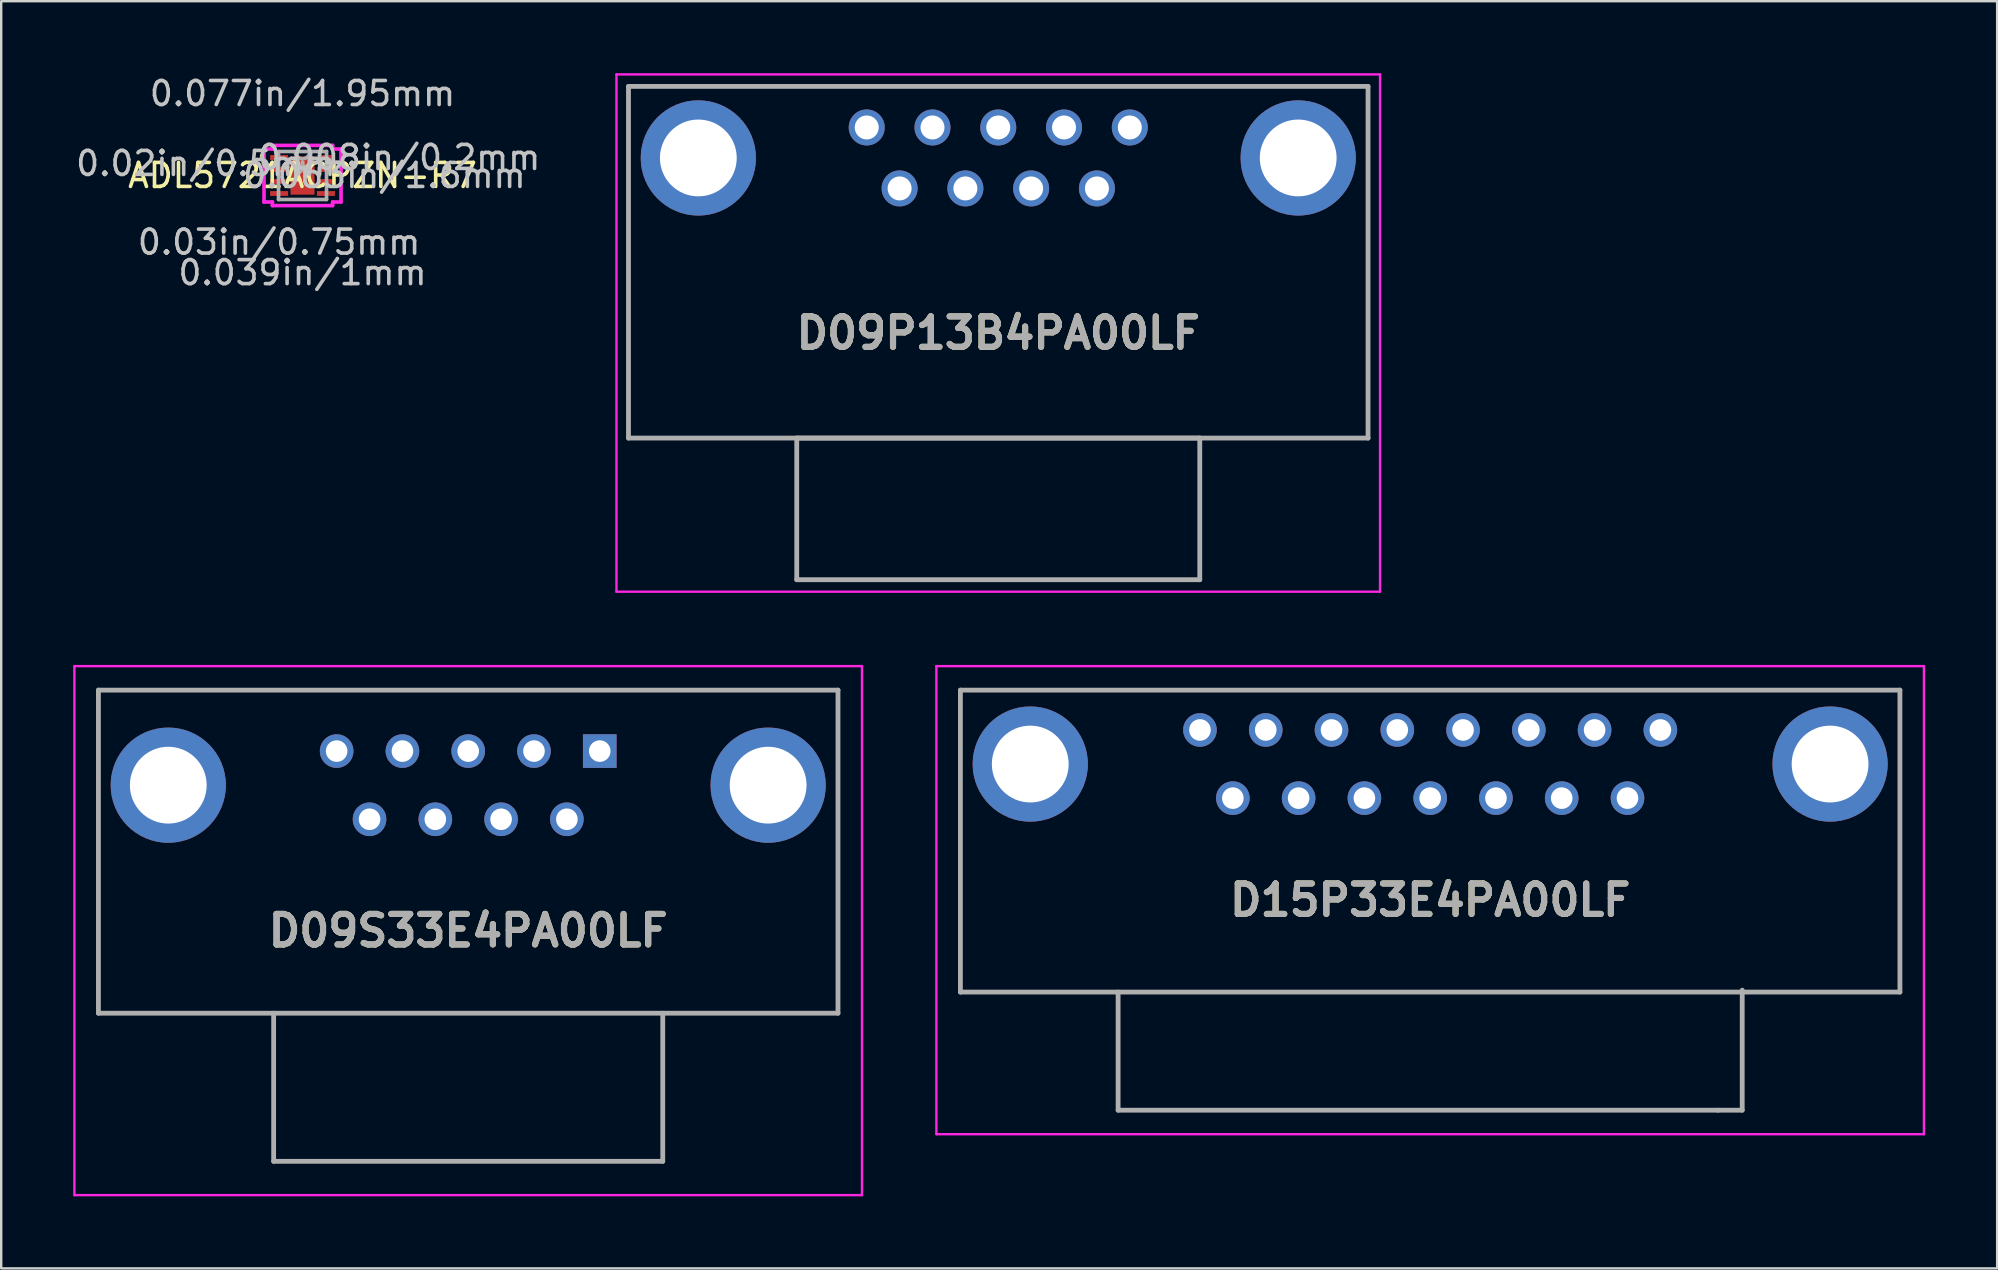
<source format=kicad_pcb>
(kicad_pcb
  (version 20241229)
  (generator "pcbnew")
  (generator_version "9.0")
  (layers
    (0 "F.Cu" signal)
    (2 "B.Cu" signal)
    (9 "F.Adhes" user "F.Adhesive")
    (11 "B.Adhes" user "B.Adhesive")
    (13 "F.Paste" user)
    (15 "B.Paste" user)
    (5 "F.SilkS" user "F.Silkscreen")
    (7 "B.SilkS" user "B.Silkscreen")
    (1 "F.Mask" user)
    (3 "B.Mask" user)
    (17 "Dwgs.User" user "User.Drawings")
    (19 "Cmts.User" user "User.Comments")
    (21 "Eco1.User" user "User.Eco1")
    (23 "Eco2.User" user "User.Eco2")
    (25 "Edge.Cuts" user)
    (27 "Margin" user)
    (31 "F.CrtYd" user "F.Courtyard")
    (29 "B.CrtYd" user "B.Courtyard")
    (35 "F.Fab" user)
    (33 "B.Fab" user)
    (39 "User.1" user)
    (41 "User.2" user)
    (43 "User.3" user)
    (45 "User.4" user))
  (footprint "D09P13B4PA00LF"
    (layer "F.Cu")
    (at 33.057 2.26)
    (property "Reference" "D09P13B4PA00LF" (at 5.48 8.565 0) (layer "F.SilkS") (effects (font (size 1.27 1.27) (thickness 0.254))))
    (attr through_hole)
    (fp_line (start -9.925 -1.71) (end 20.885 -1.71) (stroke (width 0.1) (type solid)) (layer "F.SilkS"))
    (fp_line (start -9.925 12.94) (end -9.925 -1.71) (stroke (width 0.1) (type solid)) (layer "F.SilkS"))
    (fp_line (start 20.885 -1.71) (end 20.885 12.94) (stroke (width 0.1) (type solid)) (layer "F.SilkS"))
    (fp_line (start 20.885 12.94) (end -9.925 12.94) (stroke (width 0.1) (type solid)) (layer "F.SilkS"))
    (fp_line (start -10.425 -2.21) (end 21.385 -2.21) (stroke (width 0.1) (type solid)) (layer "F.CrtYd"))
    (fp_line (start -10.425 19.34) (end -10.425 -2.21) (stroke (width 0.1) (type solid)) (layer "F.CrtYd"))
    (fp_line (start 21.385 -2.21) (end 21.385 19.34) (stroke (width 0.1) (type solid)) (layer "F.CrtYd"))
    (fp_line (start 21.385 19.34) (end -10.425 19.34) (stroke (width 0.1) (type solid)) (layer "F.CrtYd"))
    (fp_line (start -9.925 -1.71) (end 20.885 -1.71) (stroke (width 0.2) (type solid)) (layer "F.Fab"))
    (fp_line (start -9.925 12.94) (end -9.925 -1.71) (stroke (width 0.2) (type solid)) (layer "F.Fab"))
    (fp_line (start -2.915 12.94) (end 13.875 12.94) (stroke (width 0.2) (type solid)) (layer "F.Fab"))
    (fp_line (start -2.915 18.84) (end -2.915 12.94) (stroke (width 0.2) (type solid)) (layer "F.Fab"))
    (fp_line (start 13.875 12.94) (end 13.875 18.84) (stroke (width 0.2) (type solid)) (layer "F.Fab"))
    (fp_line (start 13.875 18.84) (end -2.915 18.84) (stroke (width 0.2) (type solid)) (layer "F.Fab"))
    (fp_line (start 20.885 -1.71) (end 20.885 12.94) (stroke (width 0.2) (type solid)) (layer "F.Fab"))
    (fp_line (start 20.885 12.94) (end -9.925 12.94) (stroke (width 0.2) (type solid)) (layer "F.Fab"))
    (fp_text user "${REFERENCE}" (at 5.48 8.565 0) (layer "F.Fab") (effects (font (size 1.27 1.27) (thickness 0.254))))
    (pad "1" thru_hole circle (at 0 0) (size 1.5 1.5) (drill 1) (layers "*.Cu" "*.Mask"))
    (pad "2" thru_hole circle (at 2.74 0) (size 1.5 1.5) (drill 1) (layers "*.Cu" "*.Mask"))
    (pad "3" thru_hole circle (at 5.48 0) (size 1.5 1.5) (drill 1) (layers "*.Cu" "*.Mask"))
    (pad "4" thru_hole circle (at 8.22 0) (size 1.5 1.5) (drill 1) (layers "*.Cu" "*.Mask"))
    (pad "5" thru_hole circle (at 10.96 0) (size 1.5 1.5) (drill 1) (layers "*.Cu" "*.Mask"))
    (pad "6" thru_hole circle (at 1.37 2.54) (size 1.5 1.5) (drill 1) (layers "*.Cu" "*.Mask"))
    (pad "7" thru_hole circle (at 4.11 2.54) (size 1.5 1.5) (drill 1) (layers "*.Cu" "*.Mask"))
    (pad "8" thru_hole circle (at 6.85 2.54) (size 1.5 1.5) (drill 1) (layers "*.Cu" "*.Mask"))
    (pad "9" thru_hole circle (at 9.59 2.54) (size 1.5 1.5) (drill 1) (layers "*.Cu" "*.Mask"))
    (pad "MH1" thru_hole circle (at -7.015 1.27) (size 4.8 4.8) (drill 3.2) (layers "*.Cu" "*.Mask"))
    (pad "MH2" thru_hole circle (at 17.975 1.27) (size 4.8 4.8) (drill 3.2) (layers "*.Cu" "*.Mask")))
  (footprint "D15P33E4PA00LF"
    (layer "F.Cu")
    (at 46.94 27.36)
    (property "Reference" "D15P33E4PA00LF" (at 9.59 7.09 0) (layer "F.SilkS") (effects (font (size 1.27 1.27) (thickness 0.254))))
    (attr through_hole)
    (fp_line (start -9.98 -1.66) (end 29.16 -1.66) (stroke (width 0.1) (type solid)) (layer "F.SilkS"))
    (fp_line (start -9.98 10.92) (end -9.98 -1.66) (stroke (width 0.1) (type solid)) (layer "F.SilkS"))
    (fp_line (start 29.16 -1.66) (end 29.16 10.92) (stroke (width 0.1) (type solid)) (layer "F.SilkS"))
    (fp_line (start 29.16 10.92) (end -9.98 10.92) (stroke (width 0.1) (type solid)) (layer "F.SilkS"))
    (fp_line (start -10.98 -2.66) (end 30.16 -2.66) (stroke (width 0.1) (type solid)) (layer "F.CrtYd"))
    (fp_line (start -10.98 16.84) (end -10.98 -2.66) (stroke (width 0.1) (type solid)) (layer "F.CrtYd"))
    (fp_line (start 30.16 -2.66) (end 30.16 16.84) (stroke (width 0.1) (type solid)) (layer "F.CrtYd"))
    (fp_line (start 30.16 16.84) (end -10.98 16.84) (stroke (width 0.1) (type solid)) (layer "F.CrtYd"))
    (fp_line (start -9.98 -1.66) (end 29.16 -1.66) (stroke (width 0.2) (type solid)) (layer "F.Fab"))
    (fp_line (start -9.98 10.92) (end -9.98 -1.66) (stroke (width 0.2) (type solid)) (layer "F.Fab"))
    (fp_line (start -3.41 10.92) (end -3.41 15.84) (stroke (width 0.2) (type solid)) (layer "F.Fab"))
    (fp_line (start -3.41 15.84) (end 21.59 15.84) (stroke (width 0.2) (type solid)) (layer "F.Fab"))
    (fp_line (start 21.59 15.84) (end 22.59 15.84) (stroke (width 0.2) (type solid)) (layer "F.Fab"))
    (fp_line (start 22.59 15.84) (end 22.59 10.84) (stroke (width 0.2) (type solid)) (layer "F.Fab"))
    (fp_line (start 29.16 -1.66) (end 29.16 10.92) (stroke (width 0.2) (type solid)) (layer "F.Fab"))
    (fp_line (start 29.16 10.92) (end -9.98 10.92) (stroke (width 0.2) (type solid)) (layer "F.Fab"))
    (fp_text user "${REFERENCE}" (at 9.59 7.09 0) (layer "F.Fab") (effects (font (size 1.27 1.27) (thickness 0.254))))
    (pad "1" thru_hole circle (at 0 0) (size 1.4 1.4) (drill 0.9) (layers "*.Cu" "*.Mask"))
    (pad "2" thru_hole circle (at 1.37 2.84) (size 1.4 1.4) (drill 0.9) (layers "*.Cu" "*.Mask"))
    (pad "3" thru_hole circle (at 2.74 0) (size 1.4 1.4) (drill 0.9) (layers "*.Cu" "*.Mask"))
    (pad "4" thru_hole circle (at 4.11 2.84) (size 1.4 1.4) (drill 0.9) (layers "*.Cu" "*.Mask"))
    (pad "5" thru_hole circle (at 5.48 0) (size 1.4 1.4) (drill 0.9) (layers "*.Cu" "*.Mask"))
    (pad "6" thru_hole circle (at 6.85 2.84) (size 1.4 1.4) (drill 0.9) (layers "*.Cu" "*.Mask"))
    (pad "7" thru_hole circle (at 8.22 0) (size 1.4 1.4) (drill 0.9) (layers "*.Cu" "*.Mask"))
    (pad "8" thru_hole circle (at 9.59 2.84) (size 1.4 1.4) (drill 0.9) (layers "*.Cu" "*.Mask"))
    (pad "9" thru_hole circle (at 10.96 0) (size 1.4 1.4) (drill 0.9) (layers "*.Cu" "*.Mask"))
    (pad "10" thru_hole circle (at 12.33 2.84) (size 1.4 1.4) (drill 0.9) (layers "*.Cu" "*.Mask"))
    (pad "11" thru_hole circle (at 13.7 0) (size 1.4 1.4) (drill 0.9) (layers "*.Cu" "*.Mask"))
    (pad "12" thru_hole circle (at 15.07 2.84) (size 1.4 1.4) (drill 0.9) (layers "*.Cu" "*.Mask"))
    (pad "13" thru_hole circle (at 16.44 0) (size 1.4 1.4) (drill 0.9) (layers "*.Cu" "*.Mask"))
    (pad "14" thru_hole circle (at 17.81 2.84) (size 1.4 1.4) (drill 0.9) (layers "*.Cu" "*.Mask"))
    (pad "15" thru_hole circle (at 19.18 0) (size 1.4 1.4) (drill 0.9) (layers "*.Cu" "*.Mask"))
    (pad "MH1" thru_hole circle (at -7.07 1.42) (size 4.8 4.8) (drill 3.2) (layers "*.Cu" "*.Mask"))
    (pad "MH2" thru_hole circle (at 26.25 1.42) (size 4.8 4.8) (drill 3.2) (layers "*.Cu" "*.Mask")))
  (footprint "D09S33E4PA00LF"
    (layer "F.Cu")
    (at 21.935 28.24)
    (property "Reference" "D09S33E4PA00LF" (at -5.48 7.48 0) (layer "F.SilkS") (effects (font (size 1.27 1.27) (thickness 0.254))))
    (attr through_hole)
    (fp_line (start -20.885 -2.54) (end -20.885 10.92) (stroke (width 0.1) (type solid)) (layer "F.SilkS"))
    (fp_line (start -20.885 10.92) (end 9.925 10.92) (stroke (width 0.1) (type solid)) (layer "F.SilkS"))
    (fp_line (start 9.925 -2.54) (end -20.885 -2.54) (stroke (width 0.1) (type solid)) (layer "F.SilkS"))
    (fp_line (start 9.925 10.92) (end 9.925 -2.54) (stroke (width 0.1) (type solid)) (layer "F.SilkS"))
    (fp_line (start -21.885 -3.54) (end -21.885 18.5) (stroke (width 0.1) (type solid)) (layer "F.CrtYd"))
    (fp_line (start -21.885 18.5) (end 10.925 18.5) (stroke (width 0.1) (type solid)) (layer "F.CrtYd"))
    (fp_line (start 10.925 -3.54) (end -21.885 -3.54) (stroke (width 0.1) (type solid)) (layer "F.CrtYd"))
    (fp_line (start 10.925 18.5) (end 10.925 -3.54) (stroke (width 0.1) (type solid)) (layer "F.CrtYd"))
    (fp_line (start -20.885 -2.54) (end -20.885 10.92) (stroke (width 0.2) (type solid)) (layer "F.Fab"))
    (fp_line (start -20.885 10.92) (end 9.925 10.92) (stroke (width 0.2) (type solid)) (layer "F.Fab"))
    (fp_line (start -13.585 17.09) (end -13.585 10.92) (stroke (width 0.2) (type solid)) (layer "F.Fab"))
    (fp_line (start 2.625 10.92) (end 2.625 17.09) (stroke (width 0.2) (type solid)) (layer "F.Fab"))
    (fp_line (start 2.625 17.09) (end -13.585 17.09) (stroke (width 0.2) (type solid)) (layer "F.Fab"))
    (fp_line (start 9.925 -2.54) (end -20.885 -2.54) (stroke (width 0.2) (type solid)) (layer "F.Fab"))
    (fp_line (start 9.925 10.92) (end 9.925 -2.54) (stroke (width 0.2) (type solid)) (layer "F.Fab"))
    (fp_text user "${REFERENCE}" (at -5.48 7.48 0) (layer "F.Fab") (effects (font (size 1.27 1.27) (thickness 0.254))))
    (pad "1" thru_hole rect (at 0 0) (size 1.4 1.4) (drill 0.9) (layers "*.Cu" "*.Mask"))
    (pad "2" thru_hole circle (at -1.37 2.84) (size 1.4 1.4) (drill 0.9) (layers "*.Cu" "*.Mask"))
    (pad "3" thru_hole circle (at -2.74 0) (size 1.4 1.4) (drill 0.9) (layers "*.Cu" "*.Mask"))
    (pad "4" thru_hole circle (at -4.11 2.84) (size 1.4 1.4) (drill 0.9) (layers "*.Cu" "*.Mask"))
    (pad "5" thru_hole circle (at -5.48 0) (size 1.4 1.4) (drill 0.9) (layers "*.Cu" "*.Mask"))
    (pad "6" thru_hole circle (at -6.85 2.84) (size 1.4 1.4) (drill 0.9) (layers "*.Cu" "*.Mask"))
    (pad "7" thru_hole circle (at -8.22 0) (size 1.4 1.4) (drill 0.9) (layers "*.Cu" "*.Mask"))
    (pad "8" thru_hole circle (at -9.59 2.84) (size 1.4 1.4) (drill 0.9) (layers "*.Cu" "*.Mask"))
    (pad "9" thru_hole circle (at -10.96 0) (size 1.4 1.4) (drill 0.9) (layers "*.Cu" "*.Mask"))
    (pad "MH1" thru_hole circle (at 7.015 1.42) (size 4.8 4.8) (drill 3.2) (layers "*.Cu" "*.Mask"))
    (pad "MH2" thru_hole circle (at -17.975 1.42) (size 4.8 4.8) (drill 3.2) (layers "*.Cu" "*.Mask")))
  (footprint "ADL5721ACPZN-R7"
    (layer "F.Cu")
    (at 9.553 4.261)
    (property "Reference" "ADL5721ACPZN-R7" (at 0 0 0) (layer "F.SilkS") (effects (font (size 1 1) (thickness 0.15))))
    (attr through_hole)
    (fp_arc (start -1.701599 -0.8262) (mid -1.62777 -0.73114) (end -1.738146 -0.683136) (stroke (width 0.1524) (type solid)) (layer "F.SilkS"))
    (fp_line (start -1.604 -1.104) (end -1.254 -1.104) (stroke (width 0.152) (type solid)) (layer "F.CrtYd"))
    (fp_line (start -1.604 1.104) (end -1.604 -1.104) (stroke (width 0.152) (type solid)) (layer "F.CrtYd"))
    (fp_line (start -1.254 -1.254) (end 1.254 -1.254) (stroke (width 0.152) (type solid)) (layer "F.CrtYd"))
    (fp_line (start -1.254 -1.104) (end -1.254 -1.254) (stroke (width 0.152) (type solid)) (layer "F.CrtYd"))
    (fp_line (start -1.254 1.104) (end -1.604 1.104) (stroke (width 0.152) (type solid)) (layer "F.CrtYd"))
    (fp_line (start -1.254 1.254) (end -1.254 1.104) (stroke (width 0.152) (type solid)) (layer "F.CrtYd"))
    (fp_line (start 1.254 -1.254) (end 1.254 -1.104) (stroke (width 0.152) (type solid)) (layer "F.CrtYd"))
    (fp_line (start 1.254 -1.104) (end 1.604 -1.104) (stroke (width 0.152) (type solid)) (layer "F.CrtYd"))
    (fp_line (start 1.254 1.104) (end 1.254 1.254) (stroke (width 0.152) (type solid)) (layer "F.CrtYd"))
    (fp_line (start 1.254 1.254) (end -1.254 1.254) (stroke (width 0.152) (type solid)) (layer "F.CrtYd"))
    (fp_line (start 1.604 -1.104) (end 1.604 1.104) (stroke (width 0.152) (type solid)) (layer "F.CrtYd"))
    (fp_line (start 1.604 1.104) (end 1.254 1.104) (stroke (width 0.152) (type solid)) (layer "F.CrtYd"))
    (fp_line (start -1 -1) (end -1 1) (stroke (width 0.152) (type solid)) (layer "F.Fab"))
    (fp_line (start -1 1) (end 1 1) (stroke (width 0.152) (type solid)) (layer "F.Fab"))
    (fp_line (start 1 -1) (end -1 -1) (stroke (width 0.152) (type solid)) (layer "F.Fab"))
    (fp_line (start 1 1) (end 1 -1) (stroke (width 0.152) (type solid)) (layer "F.Fab"))
    (fp_arc (start 0.3048 -1) (mid 0 -0.6952) (end -0.3048 -1) (stroke (width 0.1524) (type solid)) (layer "F.Fab"))
    (fp_text user "*" (at 0 0 0) (layer "F.SilkS") (effects (font (size 1 1) (thickness 0.15))))
    (fp_text user "0.039in/1mm" (at 0 4.048 0) (layer "Dwgs.User") (effects (font (size 1 1) (thickness 0.15))))
    (fp_text user "0.077in/1.95mm" (at 0 -3.413 0) (layer "Dwgs.User") (effects (font (size 1 1) (thickness 0.15))))
    (fp_text user "0.008in/0.2mm" (at 4.023 -0.75 0) (layer "Dwgs.User") (effects (font (size 1 1) (thickness 0.15))))
    (fp_text user "0.063in/1.6mm" (at 3.413 0 0) (layer "Dwgs.User") (effects (font (size 1 1) (thickness 0.15))))
    (fp_text user "0.03in/0.75mm" (at -0.975 2.778 0) (layer "Dwgs.User") (effects (font (size 1 1) (thickness 0.15))))
    (fp_text user "0.02in/0.5mm" (at -4.023 -0.5 0) (layer "Dwgs.User") (effects (font (size 1 1) (thickness 0.15))))
    (fp_text user "Copyright 2016 Accelerated Designs. All rights reserved." (at 0 0 0) (layer "Cmts.User") (effects (font (size 0.127 0.127) (thickness 0.002))))
    (fp_text user "*" (at 0 0 0) (layer "F.Fab") (effects (font (size 1 1) (thickness 0.15))))
    (pad "1" smd rect (at -0.975 -0.75) (size 0.75 0.2) (layers "F.Cu" "F.Mask" "F.Paste"))
    (pad "2" smd rect (at -0.975 -0.25) (size 0.75 0.2) (layers "F.Cu" "F.Mask" "F.Paste"))
    (pad "3" smd rect (at -0.975 0.25) (size 0.75 0.2) (layers "F.Cu" "F.Mask" "F.Paste"))
    (pad "4" smd rect (at -0.975 0.75) (size 0.75 0.2) (layers "F.Cu" "F.Mask" "F.Paste"))
    (pad "5" smd rect (at 0.975 0.75) (size 0.75 0.2) (layers "F.Cu" "F.Mask" "F.Paste"))
    (pad "6" smd rect (at 0.975 0.25) (size 0.75 0.2) (layers "F.Cu" "F.Mask" "F.Paste"))
    (pad "7" smd rect (at 0.975 -0.25) (size 0.75 0.2) (layers "F.Cu" "F.Mask" "F.Paste"))
    (pad "8" smd rect (at 0.975 -0.75) (size 0.75 0.2) (layers "F.Cu" "F.Mask" "F.Paste"))
    (pad "9" smd rect (at 0 0) (size 1 1.6) (layers "F.Cu" "F.Mask" "F.Paste")))
  (gr_rect
    (start -3 -3)
    (end 80.15 49.79)
    (stroke (width 0.1) (type default))
    (fill no)
    (layer "Edge.Cuts")))
</source>
